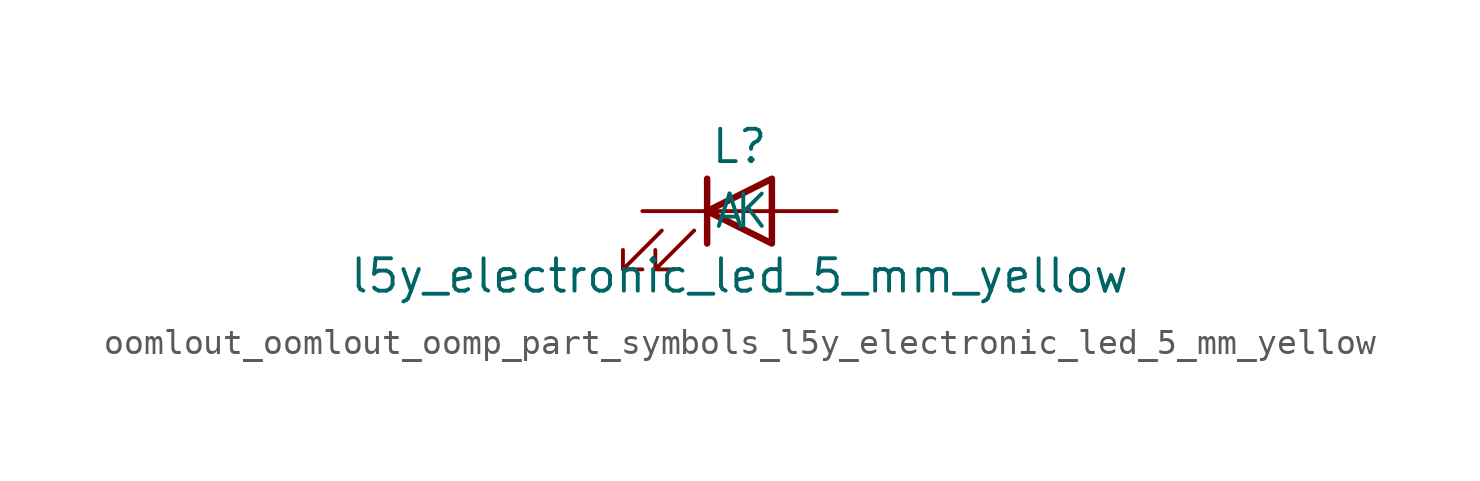
<source format=kicad_sym>
(kicad_symbol_lib
  (version 20220914)
  (generator kicad_symbol_editor)
  (symbol "oomlout_oomlout_oomp_part_symbols_l5y_electronic_led_5_mm_yellow"
    (pin_numbers hide)
    (pin_names
      (offset 1.016))
    (property "Reference" "L"
      (at 0 2.54 0)
      (effects (font (size 1.27 1.27))))
    (property "Value" "l5y_electronic_led_5_mm_yellow"
      (at 0 -2.54 0)
      (effects (font (size 1.27 1.27))))
    (symbol "oomlout_oomlout_oomp_part_symbols_l5y_electronic_led_5_mm_yellow_0_1"
      (polyline (pts (xy -1.27 -1.27) (xy -1.27 1.27)) (stroke (width 0.254) (type default)) (fill (type none)))
      (polyline (pts (xy -1.27 0) (xy 1.27 0)) (stroke (width 0) (type default)) (fill (type none)))
      (polyline (pts (xy 1.27 -1.27) (xy 1.27 1.27) (xy -1.27 0) (xy 1.27 -1.27)) (stroke (width 0.254) (type default)) (fill (type none)))
      (polyline (pts (xy -3.048 -0.762) (xy -4.572 -2.286) (xy -3.81 -2.286) (xy -4.572 -2.286) (xy -4.572 -1.524)) (stroke (width 0) (type default)) (fill (type none)))
      (polyline (pts (xy -1.778 -0.762) (xy -3.302 -2.286) (xy -2.54 -2.286) (xy -3.302 -2.286) (xy -3.302 -1.524)) (stroke (width 0) (type default)) (fill (type none))))
    (symbol "oomlout_oomlout_oomp_part_symbols_l5y_electronic_led_5_mm_yellow_1_1"
      (pin passive line (at -3.81 0 0) (length 2.54) (name "K" (effects (font (size 1.27 1.27)))) (number "1" (effects (font (size 1.27 1.27)))))
      (pin passive line (at 3.81 0 180) (length 2.54) (name "A" (effects (font (size 1.27 1.27)))) (number "2" (effects (font (size 1.27 1.27))))))))
</source>
